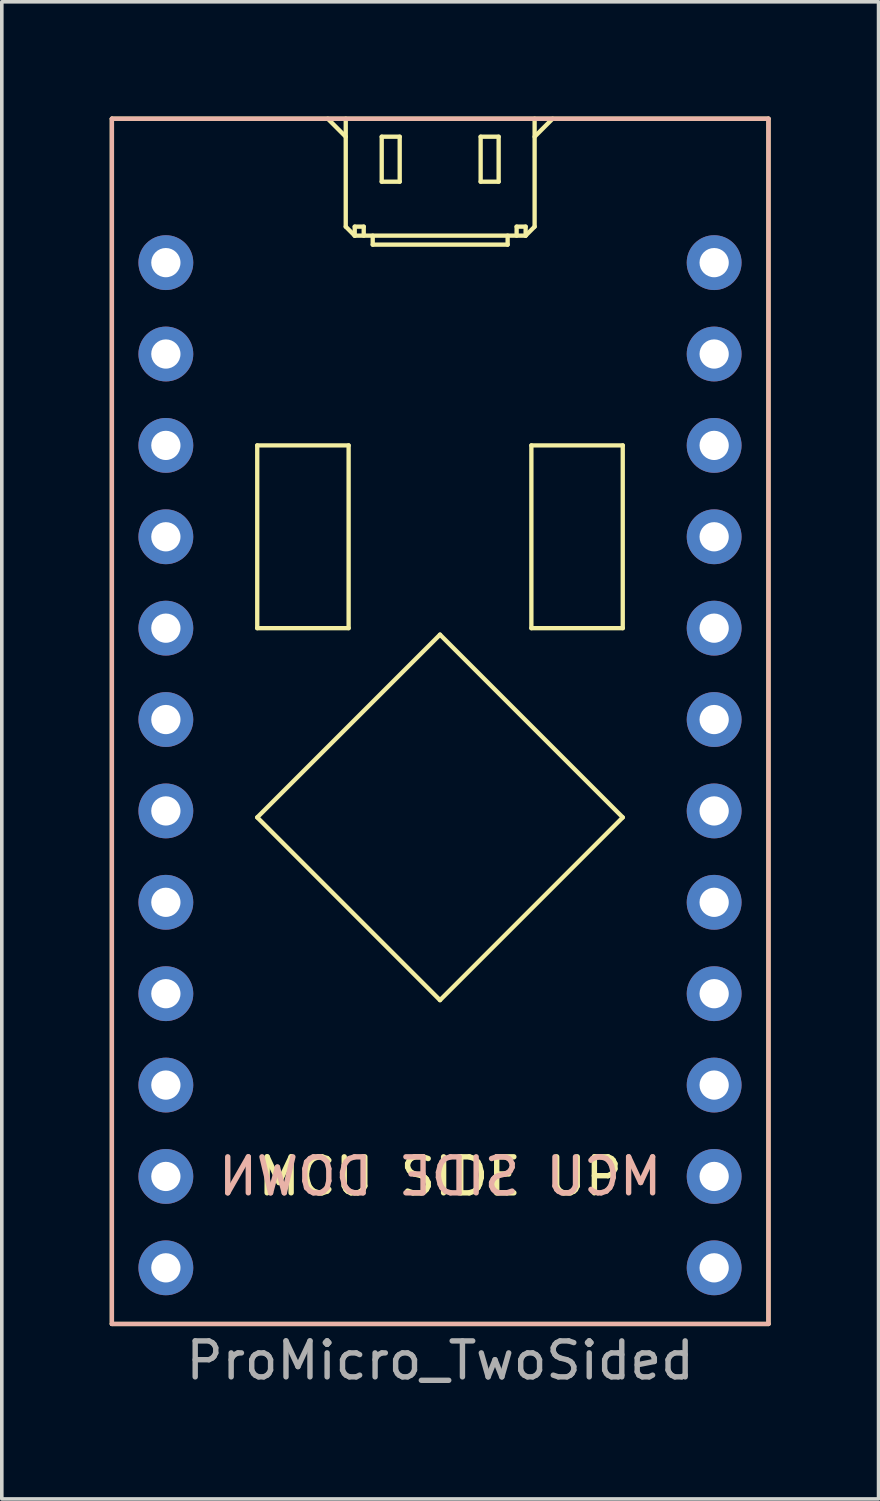
<source format=kicad_pcb>
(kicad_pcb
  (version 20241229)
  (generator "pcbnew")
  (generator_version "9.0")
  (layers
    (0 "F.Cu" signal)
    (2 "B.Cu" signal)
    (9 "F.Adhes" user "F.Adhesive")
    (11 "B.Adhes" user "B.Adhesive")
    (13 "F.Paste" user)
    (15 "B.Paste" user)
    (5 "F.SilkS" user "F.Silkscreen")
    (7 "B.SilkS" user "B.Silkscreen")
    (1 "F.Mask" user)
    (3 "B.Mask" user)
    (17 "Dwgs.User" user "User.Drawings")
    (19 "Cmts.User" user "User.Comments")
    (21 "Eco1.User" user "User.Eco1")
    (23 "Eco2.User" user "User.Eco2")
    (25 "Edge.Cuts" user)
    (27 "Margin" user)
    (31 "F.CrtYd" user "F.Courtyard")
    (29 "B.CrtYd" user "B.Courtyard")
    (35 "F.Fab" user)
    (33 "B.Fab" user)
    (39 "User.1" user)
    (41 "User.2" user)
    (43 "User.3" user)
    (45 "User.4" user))
  (footprint "ProMicro_TwoSided"
    (layer "F.Cu")
    (at 9.185 0.25)
    (property "Reference" "ProMicro_TwoSided" (at 0 34.516 0) (layer "F.Fab") (effects (font (size 1 1) (thickness 0.15))))
    (attr through_hole)
    (fp_line (start -9.125 0) (end 9.125 0) (stroke (width 0.12) (type solid)) (layer "F.SilkS"))
    (fp_line (start -9.125 33.5) (end -9.125 0) (stroke (width 0.12) (type solid)) (layer "F.SilkS"))
    (fp_line (start -5.085 9.08) (end -2.545 9.08) (stroke (width 0.12) (type solid)) (layer "F.SilkS"))
    (fp_line (start -5.085 14.16) (end -5.085 9.08) (stroke (width 0.12) (type solid)) (layer "F.SilkS"))
    (fp_line (start -5.085 19.42) (end -0.005 14.34) (stroke (width 0.12) (type solid)) (layer "F.SilkS"))
    (fp_line (start -3.125 0) (end -2.625 0.5) (stroke (width 0.12) (type solid)) (layer "F.SilkS"))
    (fp_line (start -2.625 0) (end -2.625 3) (stroke (width 0.12) (type solid)) (layer "F.SilkS"))
    (fp_line (start -2.625 3) (end -2.375 3.25) (stroke (width 0.12) (type solid)) (layer "F.SilkS"))
    (fp_line (start -2.545 9.08) (end -2.545 14.16) (stroke (width 0.12) (type solid)) (layer "F.SilkS"))
    (fp_line (start -2.545 14.16) (end -5.085 14.16) (stroke (width 0.12) (type solid)) (layer "F.SilkS"))
    (fp_line (start -2.375 3) (end -2.125 3) (stroke (width 0.12) (type solid)) (layer "F.SilkS"))
    (fp_line (start -2.375 3.25) (end -2.375 3) (stroke (width 0.12) (type solid)) (layer "F.SilkS"))
    (fp_line (start -2.375 3.25) (end 2.375 3.25) (stroke (width 0.12) (type solid)) (layer "F.SilkS"))
    (fp_line (start -2.125 3) (end -2.125 3.25) (stroke (width 0.12) (type solid)) (layer "F.SilkS"))
    (fp_line (start -1.875 3.25) (end -1.875 3.5) (stroke (width 0.12) (type solid)) (layer "F.SilkS"))
    (fp_line (start -1.875 3.5) (end 1.875 3.5) (stroke (width 0.12) (type solid)) (layer "F.SilkS"))
    (fp_line (start -1.625 0.5) (end -1.625 1.75) (stroke (width 0.12) (type solid)) (layer "F.SilkS"))
    (fp_line (start -1.625 1.75) (end -1.125 1.75) (stroke (width 0.12) (type solid)) (layer "F.SilkS"))
    (fp_line (start -1.125 0.5) (end -1.625 0.5) (stroke (width 0.12) (type solid)) (layer "F.SilkS"))
    (fp_line (start -1.125 1.75) (end -1.125 0.5) (stroke (width 0.12) (type solid)) (layer "F.SilkS"))
    (fp_line (start -0.005 14.34) (end 5.075 19.42) (stroke (width 0.12) (type solid)) (layer "F.SilkS"))
    (fp_line (start -0.005 24.5) (end -5.085 19.42) (stroke (width 0.12) (type solid)) (layer "F.SilkS"))
    (fp_line (start 1.125 0.5) (end 1.625 0.5) (stroke (width 0.12) (type solid)) (layer "F.SilkS"))
    (fp_line (start 1.125 1.75) (end 1.125 0.5) (stroke (width 0.12) (type solid)) (layer "F.SilkS"))
    (fp_line (start 1.625 0.5) (end 1.625 1.75) (stroke (width 0.12) (type solid)) (layer "F.SilkS"))
    (fp_line (start 1.625 1.75) (end 1.125 1.75) (stroke (width 0.12) (type solid)) (layer "F.SilkS"))
    (fp_line (start 1.875 3.5) (end 1.875 3.25) (stroke (width 0.12) (type solid)) (layer "F.SilkS"))
    (fp_line (start 2.125 3) (end 2.375 3) (stroke (width 0.12) (type solid)) (layer "F.SilkS"))
    (fp_line (start 2.125 3.25) (end 2.125 3) (stroke (width 0.12) (type solid)) (layer "F.SilkS"))
    (fp_line (start 2.375 3) (end 2.375 3.25) (stroke (width 0.12) (type solid)) (layer "F.SilkS"))
    (fp_line (start 2.375 3.25) (end 2.625 3) (stroke (width 0.12) (type solid)) (layer "F.SilkS"))
    (fp_line (start 2.535 9.08) (end 5.075 9.08) (stroke (width 0.12) (type solid)) (layer "F.SilkS"))
    (fp_line (start 2.535 14.16) (end 2.535 9.08) (stroke (width 0.12) (type solid)) (layer "F.SilkS"))
    (fp_line (start 2.625 0.5) (end 3.125 0) (stroke (width 0.12) (type solid)) (layer "F.SilkS"))
    (fp_line (start 2.625 3) (end 2.625 0) (stroke (width 0.12) (type solid)) (layer "F.SilkS"))
    (fp_line (start 5.075 9.08) (end 5.075 14.16) (stroke (width 0.12) (type solid)) (layer "F.SilkS"))
    (fp_line (start 5.075 14.16) (end 2.535 14.16) (stroke (width 0.12) (type solid)) (layer "F.SilkS"))
    (fp_line (start 5.075 19.42) (end -0.005 24.5) (stroke (width 0.12) (type solid)) (layer "F.SilkS"))
    (fp_line (start 9.125 0) (end 9.125 33.5) (stroke (width 0.12) (type solid)) (layer "F.SilkS"))
    (fp_line (start 9.125 33.5) (end -9.125 33.5) (stroke (width 0.12) (type solid)) (layer "F.SilkS"))
    (fp_line (start -9.125 0) (end -9.125 33.5) (stroke (width 0.12) (type solid)) (layer "B.SilkS"))
    (fp_line (start -9.125 0) (end 9.125 0) (stroke (width 0.12) (type solid)) (layer "B.SilkS"))
    (fp_line (start -9.125 33.5) (end 9.125 33.5) (stroke (width 0.12) (type solid)) (layer "B.SilkS"))
    (fp_line (start 9.125 0) (end 9.125 33.5) (stroke (width 0.12) (type solid)) (layer "B.SilkS"))
    (fp_text user "MCU SIDE UP" (at 0 29.4 0) (layer "F.SilkS") (effects (font (size 1 1) (thickness 0.15))))
    (fp_text user "MCU SIDE DOWN" (at 0 29.4 0) (layer "B.SilkS") (effects (font (size 1 1) (thickness 0.15)) (justify mirror)))
    (pad "1" thru_hole circle (at -7.625 4) (size 1.524 1.524) (drill 0.813) (layers "*.Cu" "*.Mask"))
    (pad "2" thru_hole circle (at -7.625 6.54) (size 1.524 1.524) (drill 0.813) (layers "*.Cu" "*.Mask"))
    (pad "3" thru_hole circle (at -7.625 9.08) (size 1.524 1.524) (drill 0.813) (layers "*.Cu" "*.Mask"))
    (pad "4" thru_hole circle (at -7.625 11.62) (size 1.524 1.524) (drill 0.813) (layers "*.Cu" "*.Mask"))
    (pad "5" thru_hole circle (at -7.625 14.16) (size 1.524 1.524) (drill 0.813) (layers "*.Cu" "*.Mask"))
    (pad "6" thru_hole circle (at -7.625 16.7) (size 1.524 1.524) (drill 0.813) (layers "*.Cu" "*.Mask"))
    (pad "7" thru_hole circle (at -7.625 19.24) (size 1.524 1.524) (drill 0.813) (layers "*.Cu" "*.Mask"))
    (pad "8" thru_hole circle (at -7.625 21.78) (size 1.524 1.524) (drill 0.813) (layers "*.Cu" "*.Mask"))
    (pad "9" thru_hole circle (at -7.625 24.32) (size 1.524 1.524) (drill 0.813) (layers "*.Cu" "*.Mask"))
    (pad "10" thru_hole circle (at -7.625 26.86) (size 1.524 1.524) (drill 0.813) (layers "*.Cu" "*.Mask"))
    (pad "11" thru_hole circle (at -7.625 29.4) (size 1.524 1.524) (drill 0.813) (layers "*.Cu" "*.Mask"))
    (pad "12" thru_hole circle (at -7.625 31.94) (size 1.524 1.524) (drill 0.813) (layers "*.Cu" "*.Mask"))
    (pad "13" thru_hole circle (at 7.615 31.94) (size 1.524 1.524) (drill 0.813) (layers "*.Cu" "*.Mask"))
    (pad "14" thru_hole circle (at 7.615 29.4) (size 1.524 1.524) (drill 0.813) (layers "*.Cu" "*.Mask"))
    (pad "15" thru_hole circle (at 7.615 26.86) (size 1.524 1.524) (drill 0.813) (layers "*.Cu" "*.Mask"))
    (pad "16" thru_hole circle (at 7.615 24.32) (size 1.524 1.524) (drill 0.813) (layers "*.Cu" "*.Mask"))
    (pad "17" thru_hole circle (at 7.615 21.78) (size 1.524 1.524) (drill 0.813) (layers "*.Cu" "*.Mask"))
    (pad "18" thru_hole circle (at 7.615 19.24) (size 1.524 1.524) (drill 0.813) (layers "*.Cu" "*.Mask"))
    (pad "19" thru_hole circle (at 7.615 16.7) (size 1.524 1.524) (drill 0.813) (layers "*.Cu" "*.Mask"))
    (pad "20" thru_hole circle (at 7.615 14.16) (size 1.524 1.524) (drill 0.813) (layers "*.Cu" "*.Mask"))
    (pad "21" thru_hole circle (at 7.615 11.62) (size 1.524 1.524) (drill 0.813) (layers "*.Cu" "*.Mask"))
    (pad "22" thru_hole circle (at 7.615 9.08) (size 1.524 1.524) (drill 0.813) (layers "*.Cu" "*.Mask"))
    (pad "23" thru_hole circle (at 7.615 6.54) (size 1.524 1.524) (drill 0.813) (layers "*.Cu" "*.Mask"))
    (pad "24" thru_hole circle (at 7.615 4) (size 1.524 1.524) (drill 0.813) (layers "*.Cu" "*.Mask")))
  (gr_rect
    (start -3 -3)
    (end 21.37 38.614)
    (stroke (width 0.1) (type default))
    (fill no)
    (layer "Edge.Cuts")))
</source>
